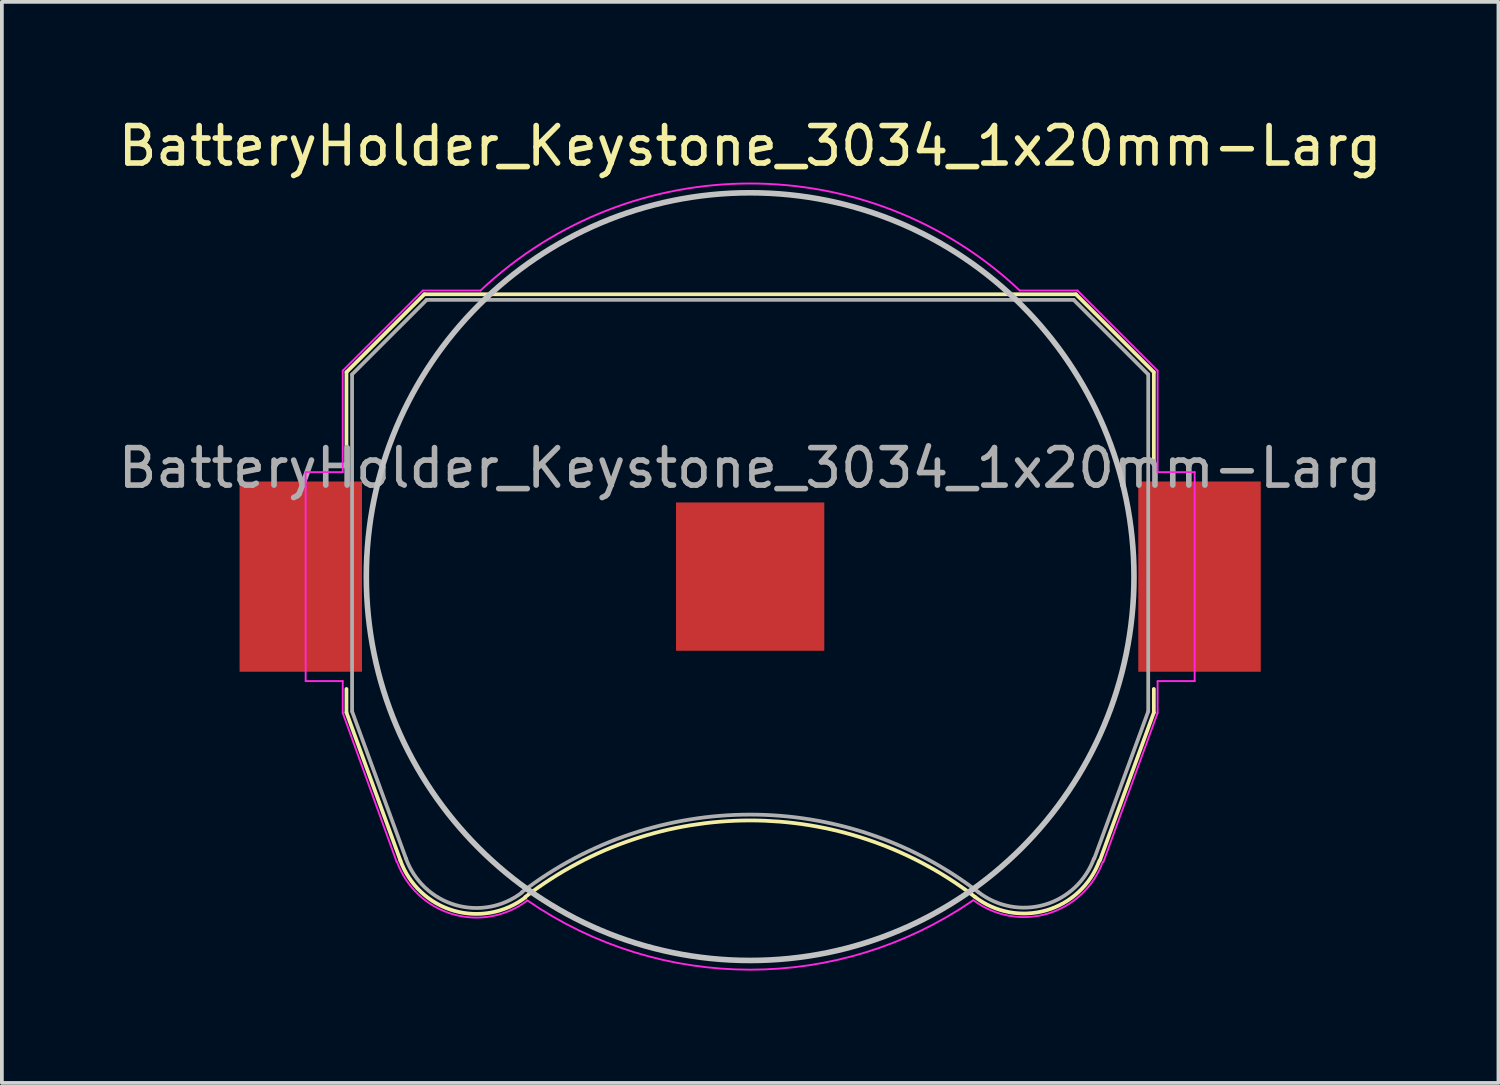
<source format=kicad_pcb>
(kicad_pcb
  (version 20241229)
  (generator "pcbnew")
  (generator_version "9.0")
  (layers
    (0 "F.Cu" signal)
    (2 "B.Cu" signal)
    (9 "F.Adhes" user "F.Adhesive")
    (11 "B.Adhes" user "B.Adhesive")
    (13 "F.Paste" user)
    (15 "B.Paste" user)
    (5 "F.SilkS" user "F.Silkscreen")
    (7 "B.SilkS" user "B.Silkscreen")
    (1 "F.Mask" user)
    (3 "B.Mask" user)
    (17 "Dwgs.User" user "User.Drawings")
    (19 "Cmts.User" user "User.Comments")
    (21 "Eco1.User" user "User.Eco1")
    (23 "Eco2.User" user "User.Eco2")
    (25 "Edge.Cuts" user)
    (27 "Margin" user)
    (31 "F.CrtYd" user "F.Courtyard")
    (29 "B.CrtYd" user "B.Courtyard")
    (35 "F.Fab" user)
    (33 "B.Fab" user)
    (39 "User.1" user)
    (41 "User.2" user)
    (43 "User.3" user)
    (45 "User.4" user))
  (footprint "BatteryHolder_Keystone_3034_1x20mm-Larg"
    (layer "F.Cu")
    (at 16.982 12.348)
    (property "Reference" "BatteryHolder_Keystone_3034_1x20mm-Larg" (at 0 -11.5 0) (layer "F.SilkS") (effects (font (size 1 1) (thickness 0.15))))
    (attr smd)
    (fp_line (start -10.78 -5.46) (end -10.78 -3) (stroke (width 0.1) (type solid)) (layer "F.SilkS"))
    (fp_line (start -10.78 3) (end -10.78 3.63) (stroke (width 0.1) (type solid)) (layer "F.SilkS"))
    (fp_line (start -10.78 3.63) (end -9.34 7.58) (stroke (width 0.1) (type solid)) (layer "F.SilkS"))
    (fp_line (start -8.7 -7.54) (end -10.78 -5.46) (stroke (width 0.1) (type solid)) (layer "F.SilkS"))
    (fp_line (start 8.7 -7.54) (end -8.7 -7.54) (stroke (width 0.1) (type solid)) (layer "F.SilkS"))
    (fp_line (start 8.7 -7.54) (end 10.78 -5.46) (stroke (width 0.1) (type solid)) (layer "F.SilkS"))
    (fp_line (start 10.78 -5.46) (end 10.78 -3) (stroke (width 0.1) (type solid)) (layer "F.SilkS"))
    (fp_line (start 10.78 3) (end 10.78 3.63) (stroke (width 0.1) (type solid)) (layer "F.SilkS"))
    (fp_line (start 10.78 3.63) (end 9.34 7.58) (stroke (width 0.1) (type solid)) (layer "F.SilkS"))
    (fp_arc (start -6.0046 8.553536) (mid -0.002901 6.511341) (end 6 8.55) (stroke (width 0.1) (type solid)) (layer "F.SilkS"))
    (fp_arc (start -6.003354 8.56653) (mid -7.921654 8.918738) (end -9.34 7.58) (stroke (width 0.1) (type solid)) (layer "F.SilkS"))
    (fp_arc (start 9.325243 7.588169) (mid 7.90634 8.911668) (end 6 8.55) (stroke (width 0.1) (type solid)) (layer "F.SilkS"))
    (fp_circle (center 0 0) (end 0 10.25) (stroke (width 0.15) (type solid)) (fill no) (layer "Dwgs.User"))
    (fp_line (start -11.87 -2.79) (end -11.87 2.79) (stroke (width 0.05) (type solid)) (layer "F.CrtYd"))
    (fp_line (start -11.87 2.79) (end -10.88 2.79) (stroke (width 0.05) (type solid)) (layer "F.CrtYd"))
    (fp_line (start -10.88 -5.5) (end -10.88 -2.79) (stroke (width 0.05) (type solid)) (layer "F.CrtYd"))
    (fp_line (start -10.88 -2.79) (end -11.87 -2.79) (stroke (width 0.05) (type solid)) (layer "F.CrtYd"))
    (fp_line (start -10.88 2.79) (end -10.88 3.64) (stroke (width 0.05) (type solid)) (layer "F.CrtYd"))
    (fp_line (start -10.88 3.64) (end -9.44 7.62) (stroke (width 0.05) (type solid)) (layer "F.CrtYd"))
    (fp_line (start -8.74 -7.64) (end -10.88 -5.5) (stroke (width 0.05) (type solid)) (layer "F.CrtYd"))
    (fp_line (start -7.2 -7.64) (end -8.74 -7.64) (stroke (width 0.05) (type solid)) (layer "F.CrtYd"))
    (fp_line (start 8.74 -7.64) (end 7.2 -7.64) (stroke (width 0.05) (type solid)) (layer "F.CrtYd"))
    (fp_line (start 9.43 7.63) (end 10.88 3.64) (stroke (width 0.05) (type solid)) (layer "F.CrtYd"))
    (fp_line (start 10.88 -5.5) (end 8.74 -7.64) (stroke (width 0.05) (type solid)) (layer "F.CrtYd"))
    (fp_line (start 10.88 -2.79) (end 10.88 -5.5) (stroke (width 0.05) (type solid)) (layer "F.CrtYd"))
    (fp_line (start 10.88 2.79) (end 11.87 2.79) (stroke (width 0.05) (type solid)) (layer "F.CrtYd"))
    (fp_line (start 10.88 3.64) (end 10.88 2.79) (stroke (width 0.05) (type solid)) (layer "F.CrtYd"))
    (fp_line (start 11.87 -2.79) (end 10.88 -2.79) (stroke (width 0.05) (type solid)) (layer "F.CrtYd"))
    (fp_line (start 11.87 2.79) (end 11.87 -2.79) (stroke (width 0.05) (type solid)) (layer "F.CrtYd"))
    (fp_arc (start -7.199546 -7.640427) (mid 0.000312 -10.498075) (end 7.2 -7.64) (stroke (width 0.05) (type solid)) (layer "F.CrtYd"))
    (fp_arc (start -5.956965 8.654604) (mid -7.953941 9.011629) (end -9.43 7.62) (stroke (width 0.05) (type solid)) (layer "F.CrtYd"))
    (fp_arc (start 5.945368 8.650075) (mid -0.008883 10.496243) (end -5.96 8.64) (stroke (width 0.05) (type solid)) (layer "F.CrtYd"))
    (fp_arc (start 9.415144 7.621341) (mid 7.944017 9.000493) (end 5.96 8.64) (stroke (width 0.05) (type solid)) (layer "F.CrtYd"))
    (fp_line (start -10.63 -5.4) (end -8.64 -7.39) (stroke (width 0.1) (type solid)) (layer "F.Fab"))
    (fp_line (start -10.63 3.6) (end -10.63 -5.4) (stroke (width 0.1) (type solid)) (layer "F.Fab"))
    (fp_line (start -9.19 7.53) (end -10.63 3.6) (stroke (width 0.1) (type solid)) (layer "F.Fab"))
    (fp_line (start -8.64 -7.39) (end 8.64 -7.39) (stroke (width 0.1) (type solid)) (layer "F.Fab"))
    (fp_line (start 8.64 -7.39) (end 10.63 -5.4) (stroke (width 0.1) (type solid)) (layer "F.Fab"))
    (fp_line (start 10.63 -5.4) (end 10.63 3.6) (stroke (width 0.1) (type solid)) (layer "F.Fab"))
    (fp_line (start 10.63 3.6) (end 9.19 7.53) (stroke (width 0.1) (type solid)) (layer "F.Fab"))
    (fp_arc (start -6.096146 8.438508) (mid -7.87328 8.768206) (end -9.19 7.53) (stroke (width 0.1) (type solid)) (layer "F.Fab"))
    (fp_arc (start -6.094852 8.426043) (mid 0.003247 6.355257) (end 6.1 8.43) (stroke (width 0.1) (type solid)) (layer "F.Fab"))
    (fp_arc (start 9.180727 7.528882) (mid 7.868698 8.760067) (end 6.1 8.43) (stroke (width 0.1) (type solid)) (layer "F.Fab"))
    (fp_text user "${REFERENCE}" (at 0 -2.9 0) (layer "F.Fab") (effects (font (size 1 1) (thickness 0.15))))
    (pad "1" smd rect (at -12 0) (size 3.27 5.08) (layers "F.Cu" "F.Mask" "F.Paste"))
    (pad "1" smd rect (at 12 0) (size 3.27 5.08) (layers "F.Cu" "F.Mask" "F.Paste"))
    (pad "2" smd rect (at 0 0) (size 3.96 3.96) (layers "F.Cu" "F.Mask" "F.Paste")))
  (gr_rect
    (start -3 -3)
    (end 36.964 25.869)
    (stroke (width 0.1) (type default))
    (fill no)
    (layer "Edge.Cuts")))
</source>
